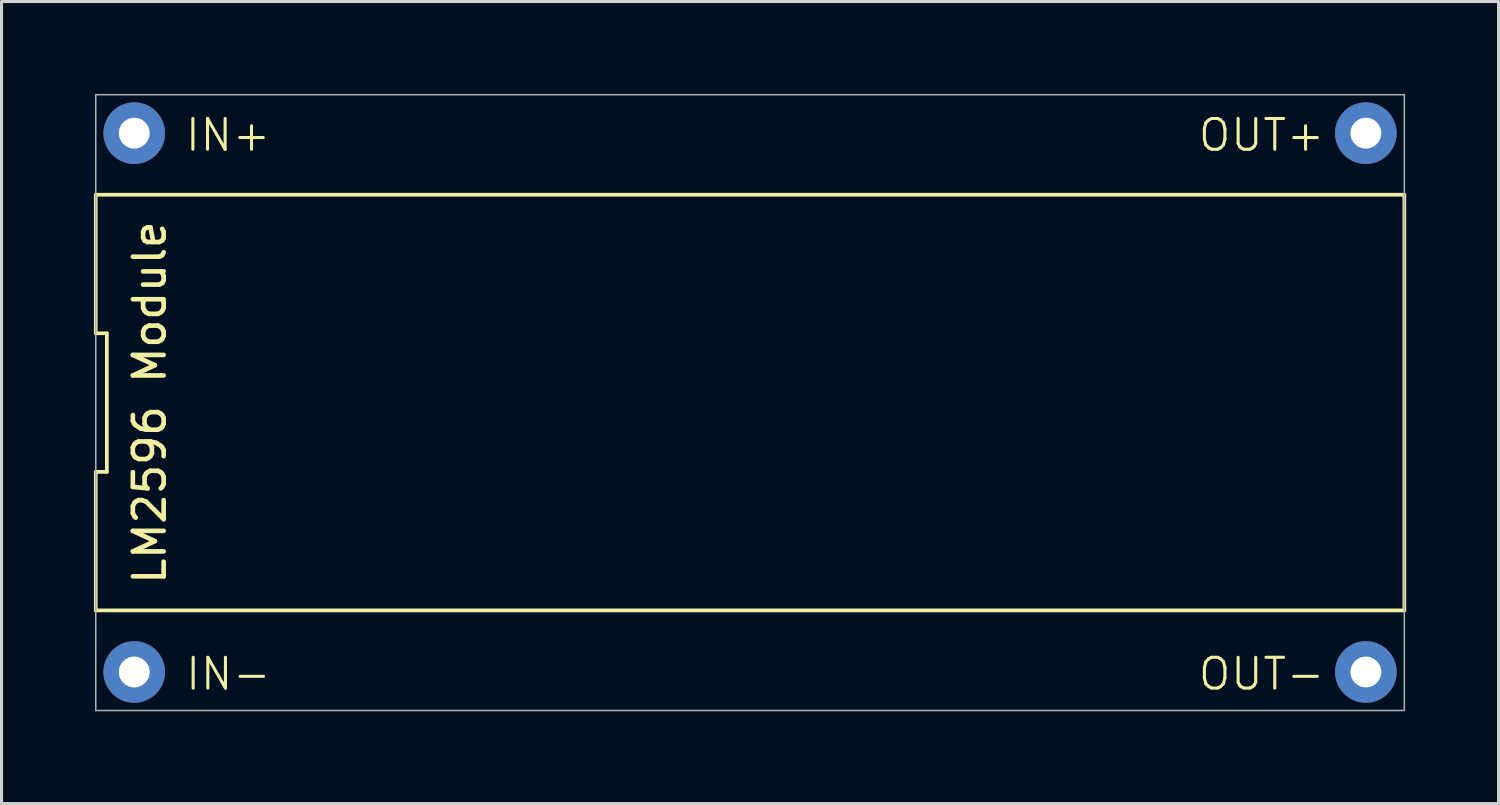
<source format=kicad_pcb>
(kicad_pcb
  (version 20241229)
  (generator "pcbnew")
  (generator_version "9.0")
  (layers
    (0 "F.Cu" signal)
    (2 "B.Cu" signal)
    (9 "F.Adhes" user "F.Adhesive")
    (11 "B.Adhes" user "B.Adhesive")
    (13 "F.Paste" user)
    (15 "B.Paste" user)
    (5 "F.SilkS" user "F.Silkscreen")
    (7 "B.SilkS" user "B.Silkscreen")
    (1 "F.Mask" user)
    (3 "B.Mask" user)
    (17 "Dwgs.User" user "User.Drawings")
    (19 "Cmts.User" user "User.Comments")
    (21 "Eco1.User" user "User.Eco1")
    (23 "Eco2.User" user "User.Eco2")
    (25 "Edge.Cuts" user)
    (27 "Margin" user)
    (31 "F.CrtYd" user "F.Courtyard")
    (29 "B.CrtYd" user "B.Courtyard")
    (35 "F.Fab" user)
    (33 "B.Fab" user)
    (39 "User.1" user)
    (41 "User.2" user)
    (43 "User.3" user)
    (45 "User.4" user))
  (footprint "LM2596 Module"
    (layer "F.Cu")
    (at 21.31 10.025)
    (property "Reference" "LM2596 Module" (at -19.5 0 90) (layer "F.SilkS") (effects (font (size 1 1) (thickness 0.15))))
    (attr through_hole)
    (fp_line (start -21.25 -6.75) (end -21.25 -2.25) (stroke (width 0.12) (type default)) (layer "F.SilkS"))
    (fp_line (start -21.25 -2.25) (end -20.89 -2.25) (stroke (width 0.12) (type default)) (layer "F.SilkS"))
    (fp_line (start -21.25 2.25) (end -21.25 6.75) (stroke (width 0.12) (type default)) (layer "F.SilkS"))
    (fp_line (start -21.25 6.75) (end 21.25 6.75) (stroke (width 0.12) (type default)) (layer "F.SilkS"))
    (fp_line (start -20.89 -2.25) (end -20.89 2.25) (stroke (width 0.12) (type default)) (layer "F.SilkS"))
    (fp_line (start -20.89 2.25) (end -21.25 2.25) (stroke (width 0.12) (type default)) (layer "F.SilkS"))
    (fp_line (start 21.25 -6.75) (end -21.25 -6.75) (stroke (width 0.12) (type default)) (layer "F.SilkS"))
    (fp_line (start 21.25 6.75) (end 21.25 -6.75) (stroke (width 0.12) (type default)) (layer "F.SilkS"))
    (fp_line (start -21.25 -10) (end 21.25 -10) (stroke (width 0.05) (type default)) (layer "F.Fab"))
    (fp_line (start -21.25 10) (end -21.25 -10) (stroke (width 0.05) (type default)) (layer "F.Fab"))
    (fp_line (start 21.25 -10) (end 21.25 10) (stroke (width 0.05) (type default)) (layer "F.Fab"))
    (fp_line (start 21.25 10) (end -21.25 10) (stroke (width 0.05) (type default)) (layer "F.Fab"))
    (fp_text user "IN+" (at -18.4 -8.1 0) (unlocked yes) (layer "F.SilkS") (effects (font (size 1 1) (thickness 0.1)) (justify left bottom)))
    (fp_text user "OUT-" (at 14.5 9.4 0) (unlocked yes) (layer "F.SilkS") (effects (font (size 1 1) (thickness 0.1)) (justify left bottom)))
    (fp_text user "OUT+" (at 14.5 -8.1 0) (unlocked yes) (layer "F.SilkS") (effects (font (size 1 1) (thickness 0.1)) (justify left bottom)))
    (fp_text user "IN-" (at -18.39 9.4 0) (unlocked yes) (layer "F.SilkS") (effects (font (size 1 1) (thickness 0.1)) (justify left bottom)))
    (pad "1" thru_hole circle (at -20 8.75) (size 2 2) (drill 1) (layers "*.Cu" "*.Mask"))
    (pad "2" thru_hole circle (at 20 8.75) (size 2 2) (drill 1) (layers "*.Cu" "*.Mask"))
    (pad "3" thru_hole circle (at 20 -8.75) (size 2 2) (drill 1) (layers "*.Cu" "*.Mask"))
    (pad "4" thru_hole circle (at -20 -8.75) (size 2 2) (drill 1) (layers "*.Cu" "*.Mask")))
  (gr_rect
    (start -3 -3)
    (end 45.62 23.05)
    (stroke (width 0.1) (type default))
    (fill no)
    (layer "Edge.Cuts")))
</source>
